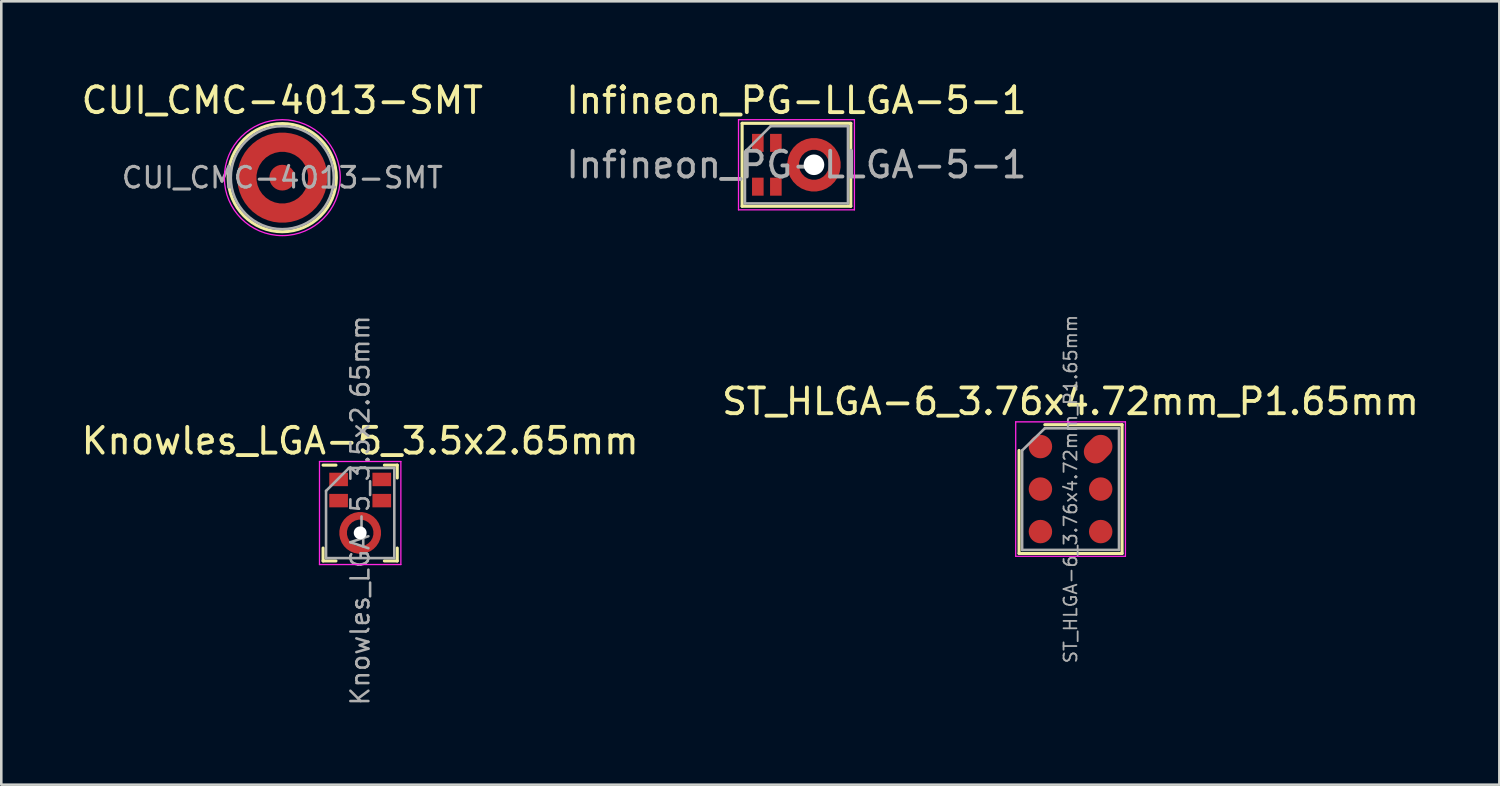
<source format=kicad_pcb>
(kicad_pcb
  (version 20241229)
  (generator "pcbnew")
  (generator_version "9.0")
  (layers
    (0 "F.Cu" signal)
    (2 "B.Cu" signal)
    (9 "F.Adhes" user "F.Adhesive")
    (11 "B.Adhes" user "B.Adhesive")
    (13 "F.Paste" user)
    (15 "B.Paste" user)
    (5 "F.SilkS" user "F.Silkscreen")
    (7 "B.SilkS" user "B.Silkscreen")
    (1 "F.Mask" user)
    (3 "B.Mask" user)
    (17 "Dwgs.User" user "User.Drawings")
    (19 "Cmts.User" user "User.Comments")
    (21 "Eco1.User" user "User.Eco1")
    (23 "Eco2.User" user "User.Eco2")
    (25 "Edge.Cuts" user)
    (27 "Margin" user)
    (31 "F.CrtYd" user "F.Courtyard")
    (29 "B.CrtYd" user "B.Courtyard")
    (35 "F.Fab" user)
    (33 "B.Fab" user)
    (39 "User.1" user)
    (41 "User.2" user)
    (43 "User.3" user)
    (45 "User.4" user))
  (footprint "Knowles_LGA-5_3.5x2.65mm"
    (layer "F.Cu")
    (at 10.935 16.87)
    (property "Reference" "Knowles_LGA-5_3.5x2.65mm" (at 0 -2.8 0) (layer "F.SilkS") (effects (font (size 1 1) (thickness 0.15))))
    (attr smd)
    (fp_line (start -1.44 1.36) (end -1.44 1.86) (stroke (width 0.12) (type solid)) (layer "F.SilkS"))
    (fp_line (start -0.94 -1.86) (end -1.44 -1.86) (stroke (width 0.12) (type solid)) (layer "F.SilkS"))
    (fp_line (start -0.94 1.86) (end -1.44 1.86) (stroke (width 0.12) (type solid)) (layer "F.SilkS"))
    (fp_line (start 1.44 -1.86) (end 0.94 -1.86) (stroke (width 0.12) (type solid)) (layer "F.SilkS"))
    (fp_line (start 1.44 -1.86) (end 1.44 -1.36) (stroke (width 0.12) (type solid)) (layer "F.SilkS"))
    (fp_line (start 1.44 1.36) (end 1.44 1.86) (stroke (width 0.12) (type solid)) (layer "F.SilkS"))
    (fp_line (start 1.44 1.86) (end 0.94 1.86) (stroke (width 0.12) (type solid)) (layer "F.SilkS"))
    (fp_arc (start -0.6 0.49) (mid -0.464769 0.298418) (end -0.271239 0.165989) (stroke (width 0.3) (type solid)) (layer "F.Paste"))
    (fp_arc (start -0.28 1.37) (mid -0.471582 1.234769) (end -0.604011 1.041239) (stroke (width 0.3) (type solid)) (layer "F.Paste"))
    (fp_arc (start 0.28 0.17) (mid 0.471401 0.305047) (end 0.603799 0.49829) (stroke (width 0.3) (type solid)) (layer "F.Paste"))
    (fp_arc (start 0.6 1.05) (mid 0.464769 1.241582) (end 0.271239 1.374011) (stroke (width 0.3) (type solid)) (layer "F.Paste"))
    (fp_line (start -1.58 -2) (end 1.58 -2) (stroke (width 0.05) (type solid)) (layer "F.CrtYd"))
    (fp_line (start -1.58 2) (end -1.58 -2) (stroke (width 0.05) (type solid)) (layer "F.CrtYd"))
    (fp_line (start 1.58 -2) (end 1.58 2) (stroke (width 0.05) (type solid)) (layer "F.CrtYd"))
    (fp_line (start 1.58 2) (end -1.58 2) (stroke (width 0.05) (type solid)) (layer "F.CrtYd"))
    (fp_line (start -1.325 1.75) (end -1.325 -0.86) (stroke (width 0.1) (type solid)) (layer "F.Fab"))
    (fp_line (start -0.435 -1.75) (end -1.325 -0.86) (stroke (width 0.1) (type solid)) (layer "F.Fab"))
    (fp_line (start 1.325 -1.75) (end -0.435 -1.75) (stroke (width 0.1) (type solid)) (layer "F.Fab"))
    (fp_line (start 1.325 -1.75) (end 1.325 1.75) (stroke (width 0.1) (type solid)) (layer "F.Fab"))
    (fp_line (start 1.325 1.75) (end -1.325 1.75) (stroke (width 0.1) (type solid)) (layer "F.Fab"))
    (fp_text user "${REFERENCE}" (at 0 -0.1 90) (layer "F.Fab") (effects (font (size 0.7 0.7) (thickness 0.1))))
    (pad "" np_thru_hole circle (at 0 0.77) (size 0.5 0.5) (drill 0.5) (layers "*.Cu" "*.Mask"))
    (pad "1" smd rect (at -0.838 -1.304) (size 0.725 0.522) (layers "F.Cu" "F.Mask" "F.Paste"))
    (pad "2" smd rect (at -0.838 -0.482) (size 0.725 0.522) (layers "F.Cu" "F.Mask" "F.Paste"))
    (pad "3" smd custom (at 0 1.433) (size 0.3 0.3) (layers "F.Cu" "F.Mask") (options (anchor circle)) (primitives (gr_circle (center 0 -0.662) (end 0.662 -0.662) (width 0.3) (fill no))))
    (pad "4" smd rect (at 0.838 -0.482) (size 0.725 0.522) (layers "F.Cu" "F.Mask" "F.Paste"))
    (pad "5" smd rect (at 0.838 -1.304) (size 0.725 0.522) (layers "F.Cu" "F.Mask" "F.Paste")))
  (footprint "CUI_CMC-4013-SMT"
    (layer "F.Cu")
    (at 7.911 3.848)
    (property "Reference" "CUI_CMC-4013-SMT" (at 0 -3 0) (layer "F.SilkS") (effects (font (size 1 1) (thickness 0.15))))
    (attr smd)
    (fp_circle (center 0 0) (end 2.1 0) (stroke (width 0.12) (type solid)) (fill no) (layer "F.SilkS"))
    (fp_circle (center 0 0) (end 2.25 0) (stroke (width 0.05) (type solid)) (fill no) (layer "F.CrtYd"))
    (fp_circle (center 0 0) (end 2 0) (stroke (width 0.1) (type solid)) (fill no) (layer "F.Fab"))
    (fp_text user "${REFERENCE}" (at 0 0 0) (layer "F.Fab") (effects (font (size 0.8 0.8) (thickness 0.12))))
    (pad "1" smd custom (at 0 -1.375) (size 0.75 0.75) (layers "F.Cu" "F.Mask" "F.Paste") (options (anchor circle)) (primitives (gr_circle (center 0 1.375) (end 1.375 1.375) (width 0.75) (fill no))))
    (pad "2" smd circle (at 0 0) (size 1 1) (layers "F.Cu" "F.Mask" "F.Paste")))
  (footprint "Infineon_PG-LLGA-5-1"
    (layer "F.Cu")
    (at 27.875 3.348)
    (property "Reference" "Infineon_PG-LLGA-5-1" (at 0 -2.5 0) (layer "F.SilkS") (effects (font (size 1 1) (thickness 0.15))))
    (attr smd)
    (fp_line (start -2.11 -1.61) (end 2.11 -1.61) (stroke (width 0.12) (type solid)) (layer "F.SilkS"))
    (fp_line (start -2.11 1.61) (end -2.11 -1.61) (stroke (width 0.12) (type solid)) (layer "F.SilkS"))
    (fp_line (start 2.11 -1.61) (end 2.11 1.61) (stroke (width 0.12) (type solid)) (layer "F.SilkS"))
    (fp_line (start 2.11 1.61) (end -2.11 1.61) (stroke (width 0.12) (type solid)) (layer "F.SilkS"))
    (fp_line (start -2.25 -1.75) (end 2.25 -1.75) (stroke (width 0.05) (type solid)) (layer "F.CrtYd"))
    (fp_line (start -2.25 1.75) (end -2.25 -1.75) (stroke (width 0.05) (type solid)) (layer "F.CrtYd"))
    (fp_line (start 2.25 -1.75) (end 2.25 1.75) (stroke (width 0.05) (type solid)) (layer "F.CrtYd"))
    (fp_line (start 2.25 1.75) (end -2.25 1.75) (stroke (width 0.05) (type solid)) (layer "F.CrtYd"))
    (fp_line (start -2 -0.5) (end -1 -1.5) (stroke (width 0.1) (type solid)) (layer "F.Fab"))
    (fp_line (start -2 1.5) (end -2 -0.5) (stroke (width 0.1) (type solid)) (layer "F.Fab"))
    (fp_line (start -1 -1.5) (end 2 -1.5) (stroke (width 0.1) (type solid)) (layer "F.Fab"))
    (fp_line (start 2 -1.5) (end 2 1.5) (stroke (width 0.1) (type solid)) (layer "F.Fab"))
    (fp_line (start 2 1.5) (end -2 1.5) (stroke (width 0.1) (type solid)) (layer "F.Fab"))
    (fp_text user "${REFERENCE}" (at 0 0 0) (layer "F.Fab") (effects (font (size 1 1) (thickness 0.15))))
    (pad "" smd custom (at -1.5 -0.725) (size 0.3 0.3) (layers "F.Paste") (options (anchor circle)) (primitives (gr_poly (pts (xy 0.185 -0.327) (xy 0.141 -0.391) (xy 0.077 -0.435) (xy 0 -0.45) (xy -0.077 -0.435) (xy -0.141 -0.391) (xy -0.185 -0.327) (xy -0.2 -0.25) (xy -0.2 0) (xy -0.185 0.077) (xy -0.141 0.141) (xy -0.077 0.185) (xy 0 0.2) (xy 0.077 0.185) (xy 0.141 0.141) (xy 0.185 0.077) (xy 0.2 0) (xy 0.2 -0.25)) (width 0) (fill yes))))
    (pad "" smd custom (at -1.5 0.725) (size 0.3 0.3) (layers "F.Paste") (options (anchor circle)) (primitives (gr_poly (pts (xy 0.185 -0.077) (xy 0.141 -0.141) (xy 0.077 -0.185) (xy 0 -0.2) (xy -0.077 -0.185) (xy -0.141 -0.141) (xy -0.185 -0.077) (xy -0.2 0) (xy -0.2 0.25) (xy -0.185 0.327) (xy -0.141 0.391) (xy -0.077 0.435) (xy 0 0.45) (xy 0.077 0.435) (xy 0.141 0.391) (xy 0.185 0.327) (xy 0.2 0.25) (xy 0.2 0)) (width 0) (fill yes))))
    (pad "" smd custom (at -0.8 -0.725) (size 0.3 0.3) (layers "F.Paste") (options (anchor circle)) (primitives (gr_poly (pts (xy 0.185 -0.327) (xy 0.141 -0.391) (xy 0.077 -0.435) (xy 0 -0.45) (xy -0.077 -0.435) (xy -0.141 -0.391) (xy -0.185 -0.327) (xy -0.2 -0.25) (xy -0.2 0) (xy -0.185 0.077) (xy -0.141 0.141) (xy -0.077 0.185) (xy 0 0.2) (xy 0.077 0.185) (xy 0.141 0.141) (xy 0.185 0.077) (xy 0.2 0) (xy 0.2 -0.25)) (width 0) (fill yes))))
    (pad "" smd custom (at -0.8 0.725) (size 0.3 0.3) (layers "F.Paste") (options (anchor circle)) (primitives (gr_poly (pts (xy 0.185 -0.077) (xy 0.141 -0.141) (xy 0.077 -0.185) (xy 0 -0.2) (xy -0.077 -0.185) (xy -0.141 -0.141) (xy -0.185 -0.077) (xy -0.2 0) (xy -0.2 0.25) (xy -0.185 0.327) (xy -0.141 0.391) (xy -0.077 0.435) (xy 0 0.45) (xy 0.077 0.435) (xy 0.141 0.391) (xy 0.185 0.327) (xy 0.2 0.25) (xy 0.2 0)) (width 0) (fill yes))))
    (pad "" smd custom (at -0.12 0) (size 0.3 0.3) (layers "F.Paste") (options (anchor circle)) (primitives (gr_poly (pts (xy -0.093 -0.33) (xy -0.02 -0.36) (xy 0.058 -0.359) (xy 0.129 -0.328) (xy 0.184 -0.273) (xy 0.213 -0.2) (xy 0.213 -0.122) (xy 0.2 0) (xy 0.213 0.122) (xy 0.213 0.2) (xy 0.184 0.273) (xy 0.129 0.328) (xy 0.058 0.359) (xy -0.02 0.36) (xy -0.093 0.33) (xy -0.149 0.276) (xy -0.179 0.204) (xy -0.198 0.068) (xy -0.198 -0.068) (xy -0.179 -0.204) (xy -0.149 -0.276)) (width 0) (fill yes))))
    (pad "" smd custom (at 0.28 -0.693) (size 0.3 0.3) (layers "F.Paste") (options (anchor circle)) (primitives (gr_poly (pts (xy 0.24 -0.246) (xy 0.301 -0.198) (xy 0.34 -0.13) (xy 0.349 -0.052) (xy 0.328 0.023) (xy 0.28 0.085) (xy 0.212 0.123) (xy 0.1 0.173) (xy 0.000409 0.245) (xy -0.067 0.285) (xy -0.144 0.296) (xy -0.22 0.276) (xy -0.282 0.229) (xy -0.322 0.162) (xy -0.332 0.085) (xy -0.313 0.009) (xy -0.266 -0.053) (xy -0.158 -0.137) (xy -0.04 -0.205) (xy 0.087 -0.257) (xy 0.164 -0.266)) (width 0) (fill yes))))
    (pad "" smd custom (at 0.28 0.693) (size 0.3 0.3) (layers "F.Paste") (options (anchor circle)) (primitives (gr_poly (pts (xy -0.332 -0.085) (xy -0.322 -0.162) (xy -0.282 -0.229) (xy -0.22 -0.276) (xy -0.144 -0.296) (xy -0.067 -0.285) (xy 0.000389 -0.245) (xy 0.1 -0.173) (xy 0.212 -0.123) (xy 0.28 -0.085) (xy 0.328 -0.023) (xy 0.349 0.052) (xy 0.34 0.13) (xy 0.301 0.197) (xy 0.24 0.246) (xy 0.164 0.266) (xy 0.087 0.257) (xy -0.04 0.205) (xy -0.158 0.137) (xy -0.266 0.053) (xy -0.313 -0.009)) (width 0) (fill yes))))
    (pad "" np_thru_hole circle (at 0.68 0) (size 0.8 0.8) (drill 0.8) (layers "*.Cu" "*.Mask"))
    (pad "" smd custom (at 1.08 -0.693) (size 0.3 0.3) (layers "F.Paste") (options (anchor circle)) (primitives (gr_poly (pts (xy 0.332 0.085) (xy 0.322 0.162) (xy 0.282 0.229) (xy 0.22 0.276) (xy 0.144 0.296) (xy 0.067 0.285) (xy -0.000409 0.245) (xy -0.1 0.173) (xy -0.212 0.123) (xy -0.28 0.085) (xy -0.328 0.023) (xy -0.349 -0.052) (xy -0.34 -0.13) (xy -0.301 -0.198) (xy -0.24 -0.246) (xy -0.164 -0.266) (xy -0.087 -0.257) (xy 0.04 -0.205) (xy 0.158 -0.137) (xy 0.266 -0.053) (xy 0.313 0.009)) (width 0) (fill yes))))
    (pad "" smd custom (at 1.08 0.693) (size 0.3 0.3) (layers "F.Paste") (options (anchor circle)) (primitives (gr_poly (pts (xy -0.24 0.246) (xy -0.301 0.198) (xy -0.34 0.13) (xy -0.349 0.052) (xy -0.328 -0.023) (xy -0.28 -0.085) (xy -0.212 -0.123) (xy -0.1 -0.173) (xy -0.000411 -0.245) (xy 0.067 -0.285) (xy 0.144 -0.296) (xy 0.22 -0.276) (xy 0.282 -0.229) (xy 0.322 -0.162) (xy 0.332 -0.085) (xy 0.313 -0.009) (xy 0.266 0.053) (xy 0.158 0.137) (xy 0.04 0.205) (xy -0.087 0.257) (xy -0.164 0.266)) (width 0) (fill yes))))
    (pad "" smd custom (at 1.48 0) (size 0.3 0.3) (layers "F.Paste") (options (anchor circle)) (primitives (gr_poly (pts (xy 0.093 0.33) (xy 0.02 0.36) (xy -0.058 0.359) (xy -0.129 0.328) (xy -0.184 0.273) (xy -0.213 0.2) (xy -0.213 0.122) (xy -0.2 0) (xy -0.213 -0.122) (xy -0.213 -0.2) (xy -0.184 -0.273) (xy -0.129 -0.328) (xy -0.058 -0.359) (xy 0.02 -0.36) (xy 0.093 -0.33) (xy 0.149 -0.276) (xy 0.179 -0.204) (xy 0.198 -0.068) (xy 0.198 0.068) (xy 0.179 0.204) (xy 0.149 0.276)) (width 0) (fill yes))))
    (pad "1" smd rect (at -1.5 -0.85) (size 0.45 0.7) (layers "F.Cu" "F.Mask"))
    (pad "2" smd rect (at -0.8 -0.85) (size 0.45 0.7) (layers "F.Cu" "F.Mask"))
    (pad "3" smd rect (at -1.5 0.85) (size 0.45 0.7) (layers "F.Cu" "F.Mask"))
    (pad "4" smd rect (at -0.8 0.85) (size 0.45 0.7) (layers "F.Cu" "F.Mask"))
    (pad "5" smd custom (at 0.68 -0.81) (size 0.4 0.4) (layers "F.Cu" "F.Mask") (options (anchor circle)) (primitives (gr_circle (center 0 0.81) (end 0.81 0.81) (width 0.46) (fill no)))))
  (footprint "ST_HLGA-6_3.76x4.72mm_P1.65mm"
    (layer "F.Cu")
    (at 38.518 15.94)
    (property "Reference" "ST_HLGA-6_3.76x4.72mm_P1.65mm" (at 0 -3.4 0) (layer "F.SilkS") (effects (font (size 1 1) (thickness 0.15))))
    (attr smd)
    (fp_line (start -2 2.5) (end -2 -1.5) (stroke (width 0.12) (type solid)) (layer "F.SilkS"))
    (fp_line (start -1 -2.5) (end 2 -2.5) (stroke (width 0.12) (type solid)) (layer "F.SilkS"))
    (fp_line (start 2 -2.5) (end 2 2.5) (stroke (width 0.12) (type solid)) (layer "F.SilkS"))
    (fp_line (start 2 2.5) (end -2 2.5) (stroke (width 0.12) (type solid)) (layer "F.SilkS"))
    (fp_line (start -2.13 -2.61) (end 2.13 -2.61) (stroke (width 0.05) (type solid)) (layer "F.CrtYd"))
    (fp_line (start -2.13 2.61) (end -2.13 -2.61) (stroke (width 0.05) (type solid)) (layer "F.CrtYd"))
    (fp_line (start 2.13 -2.61) (end 2.13 2.61) (stroke (width 0.05) (type solid)) (layer "F.CrtYd"))
    (fp_line (start 2.13 2.61) (end -2.13 2.61) (stroke (width 0.05) (type solid)) (layer "F.CrtYd"))
    (fp_line (start -1.88 2.36) (end -1.88 -1.5) (stroke (width 0.1) (type solid)) (layer "F.Fab"))
    (fp_line (start -1 -2.36) (end -1.88 -1.5) (stroke (width 0.1) (type solid)) (layer "F.Fab"))
    (fp_line (start -1 -2.36) (end 1.88 -2.36) (stroke (width 0.1) (type solid)) (layer "F.Fab"))
    (fp_line (start 1.88 -2.36) (end 1.88 2.36) (stroke (width 0.1) (type solid)) (layer "F.Fab"))
    (fp_line (start 1.88 2.36) (end -1.88 2.36) (stroke (width 0.1) (type solid)) (layer "F.Fab"))
    (fp_text user "${REFERENCE}" (at 0 0 90) (layer "F.Fab") (effects (font (size 0.5 0.5) (thickness 0.07))))
    (pad "1" smd circle (at -1.17 -1.65) (size 0.91 0.91) (layers "F.Cu" "F.Mask" "F.Paste"))
    (pad "2" smd circle (at -1.17 0) (size 0.91 0.91) (layers "F.Cu" "F.Mask" "F.Paste"))
    (pad "3" smd circle (at -1.17 1.65) (size 0.91 0.91) (layers "F.Cu" "F.Mask" "F.Paste"))
    (pad "4" smd circle (at 1.17 1.65) (size 0.91 0.91) (layers "F.Cu" "F.Mask" "F.Paste"))
    (pad "5" smd circle (at 1.17 0) (size 0.91 0.91) (layers "F.Cu" "F.Mask" "F.Paste"))
    (pad "6" smd oval (at 1.17 -1.65 45) (size 1.193 0.91) (drill (offset -0.141 0)) (layers "F.Cu" "F.Mask" "F.Paste")))
  (gr_rect
    (start -3 -3)
    (end 55.167 27.417)
    (stroke (width 0.1) (type default))
    (fill no)
    (layer "Edge.Cuts")))
</source>
